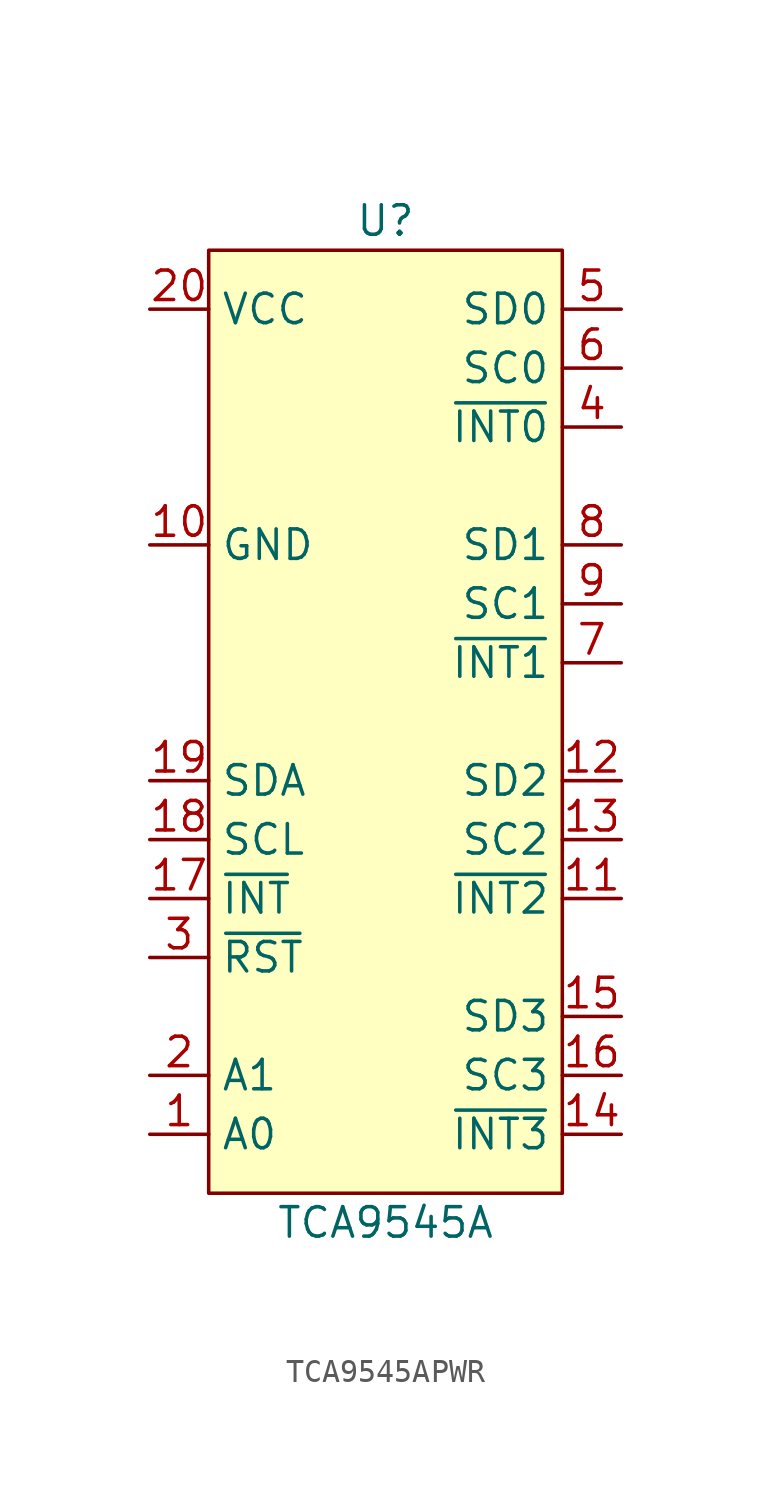
<source format=kicad_sym>
(kicad_symbol_lib
  (version 20220914)
  (generator kicad_symbol_editor)
  (symbol "TCA9545APWR"
    (property "Reference" "U"
      (at 0 21.59 0)
      (effects (font (size 1.27 1.27))))
    (property "Value" "TCA9545A"
      (at 0 -21.59 0)
      (effects (font (size 1.27 1.27))))
    (symbol "TCA9545APWR_1_1"
      (rectangle (start -7.62 20.32) (end 7.62 -20.32) (stroke (width 0) (type default)) (fill (type background)))
      (pin input line (at -10.16 -17.78 0) (length 2.54) (name "A0" (effects (font (size 1.27 1.27)))) (number "1" (effects (font (size 1.27 1.27)))))
      (pin power_in line (at -10.16 7.62 0) (length 2.54) (name "GND" (effects (font (size 1.27 1.27)))) (number "10" (effects (font (size 1.27 1.27)))))
      (pin input line (at 10.16 -7.62 180) (length 2.54) (name "~{INT2}" (effects (font (size 1.27 1.27)))) (number "11" (effects (font (size 1.27 1.27)))))
      (pin bidirectional line (at 10.16 -2.54 180) (length 2.54) (name "SD2" (effects (font (size 1.27 1.27)))) (number "12" (effects (font (size 1.27 1.27)))))
      (pin bidirectional line (at 10.16 -5.08 180) (length 2.54) (name "SC2" (effects (font (size 1.27 1.27)))) (number "13" (effects (font (size 1.27 1.27)))))
      (pin input line (at 10.16 -17.78 180) (length 2.54) (name "~{INT3}" (effects (font (size 1.27 1.27)))) (number "14" (effects (font (size 1.27 1.27)))))
      (pin bidirectional line (at 10.16 -12.7 180) (length 2.54) (name "SD3" (effects (font (size 1.27 1.27)))) (number "15" (effects (font (size 1.27 1.27)))))
      (pin bidirectional line (at 10.16 -15.24 180) (length 2.54) (name "SC3" (effects (font (size 1.27 1.27)))) (number "16" (effects (font (size 1.27 1.27)))))
      (pin output line (at -10.16 -7.62 0) (length 2.54) (name "~{INT}" (effects (font (size 1.27 1.27)))) (number "17" (effects (font (size 1.27 1.27)))))
      (pin input line (at -10.16 -5.08 0) (length 2.54) (name "SCL" (effects (font (size 1.27 1.27)))) (number "18" (effects (font (size 1.27 1.27)))))
      (pin input line (at -10.16 -2.54 0) (length 2.54) (name "SDA" (effects (font (size 1.27 1.27)))) (number "19" (effects (font (size 1.27 1.27)))))
      (pin input line (at -10.16 -15.24 0) (length 2.54) (name "A1" (effects (font (size 1.27 1.27)))) (number "2" (effects (font (size 1.27 1.27)))))
      (pin power_in line (at -10.16 17.78 0) (length 2.54) (name "VCC" (effects (font (size 1.27 1.27)))) (number "20" (effects (font (size 1.27 1.27)))))
      (pin input line (at -10.16 -10.16 0) (length 2.54) (name "~{RST}" (effects (font (size 1.27 1.27)))) (number "3" (effects (font (size 1.27 1.27)))))
      (pin input line (at 10.16 12.7 180) (length 2.54) (name "~{INT0}" (effects (font (size 1.27 1.27)))) (number "4" (effects (font (size 1.27 1.27)))))
      (pin bidirectional line (at 10.16 17.78 180) (length 2.54) (name "SD0" (effects (font (size 1.27 1.27)))) (number "5" (effects (font (size 1.27 1.27)))))
      (pin bidirectional line (at 10.16 15.24 180) (length 2.54) (name "SC0" (effects (font (size 1.27 1.27)))) (number "6" (effects (font (size 1.27 1.27)))))
      (pin input line (at 10.16 2.54 180) (length 2.54) (name "~{INT1}" (effects (font (size 1.27 1.27)))) (number "7" (effects (font (size 1.27 1.27)))))
      (pin bidirectional line (at 10.16 7.62 180) (length 2.54) (name "SD1" (effects (font (size 1.27 1.27)))) (number "8" (effects (font (size 1.27 1.27)))))
      (pin bidirectional line (at 10.16 5.08 180) (length 2.54) (name "SC1" (effects (font (size 1.27 1.27)))) (number "9" (effects (font (size 1.27 1.27))))))))
</source>
